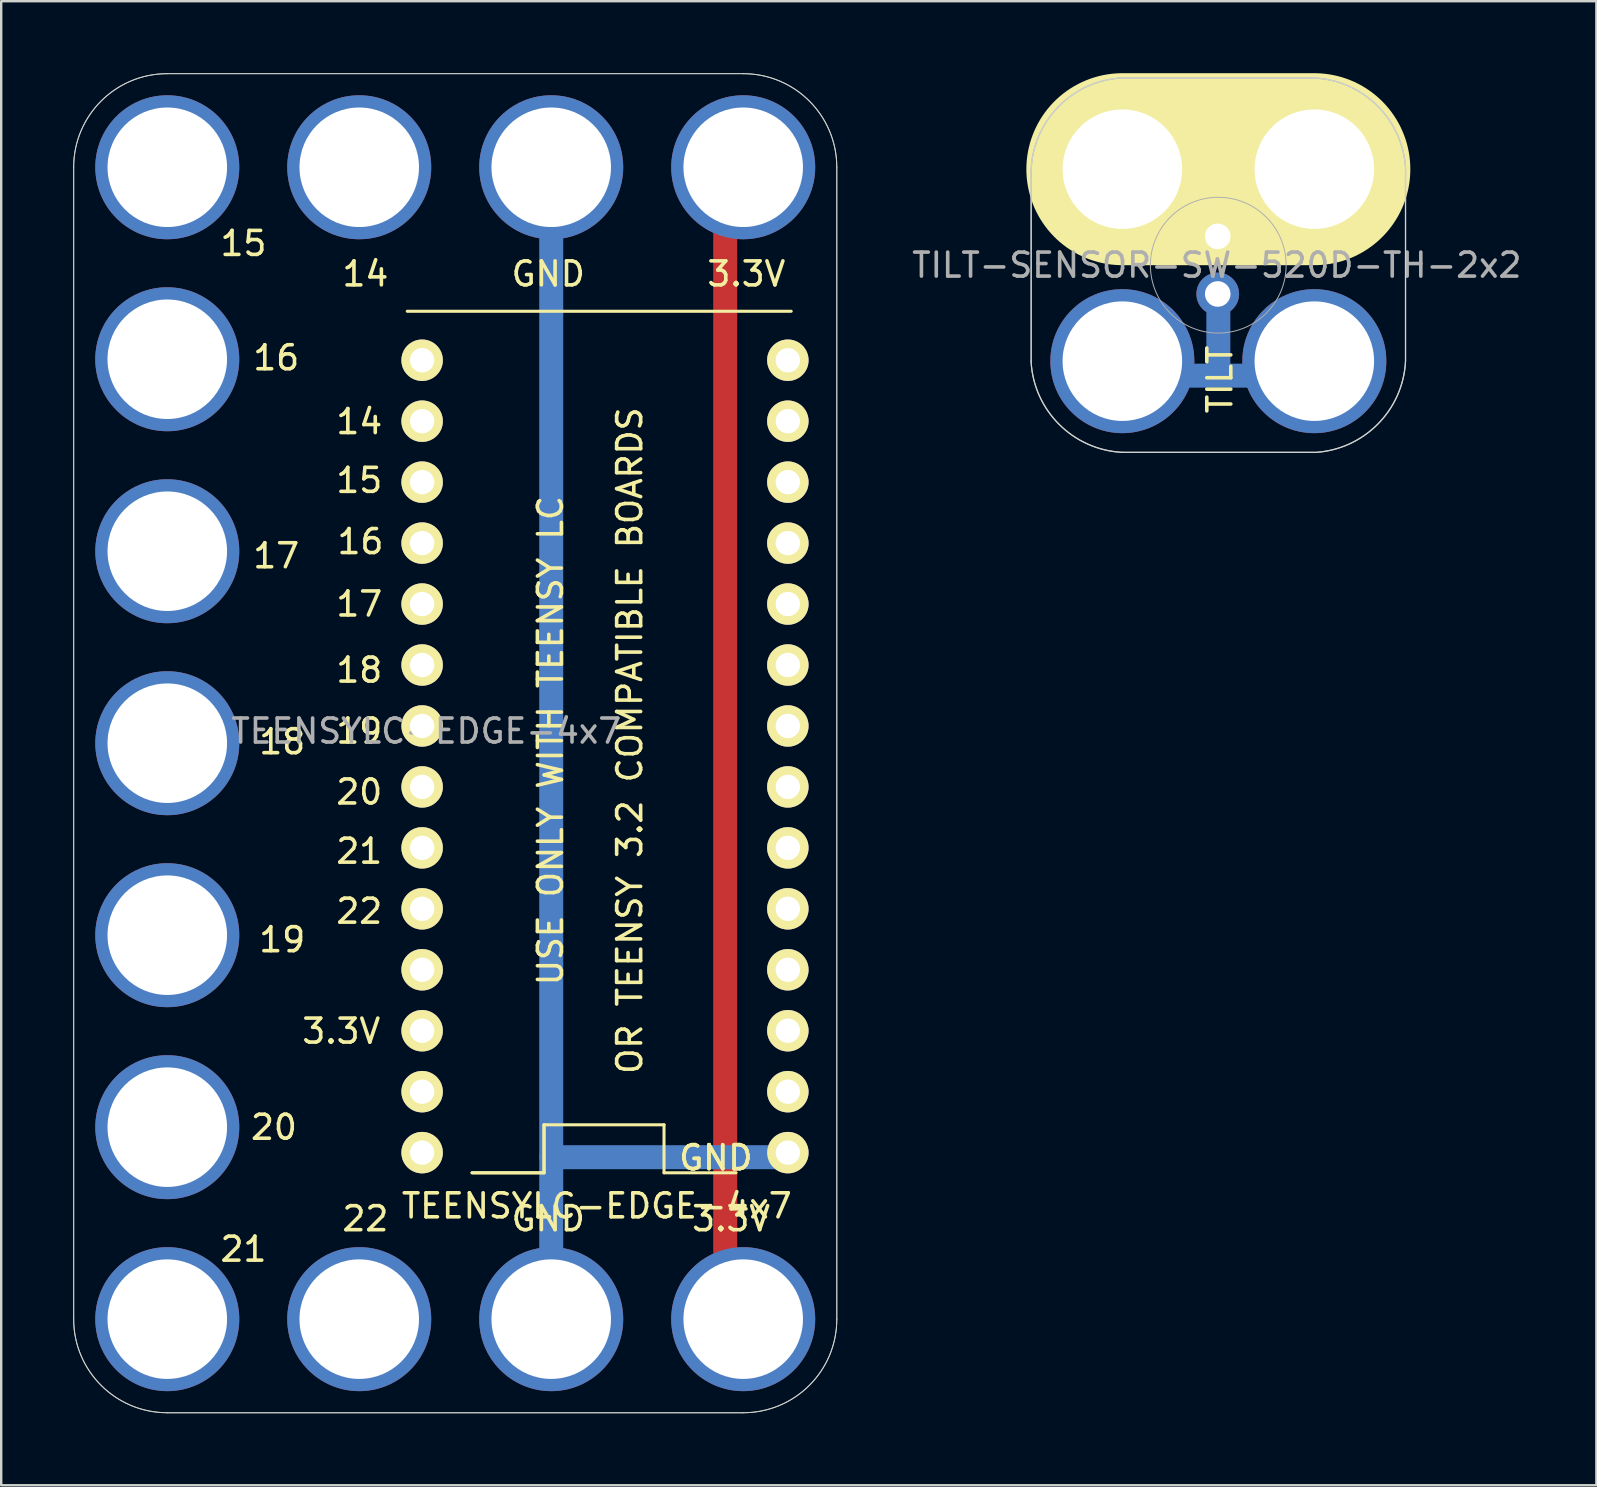
<source format=kicad_pcb>
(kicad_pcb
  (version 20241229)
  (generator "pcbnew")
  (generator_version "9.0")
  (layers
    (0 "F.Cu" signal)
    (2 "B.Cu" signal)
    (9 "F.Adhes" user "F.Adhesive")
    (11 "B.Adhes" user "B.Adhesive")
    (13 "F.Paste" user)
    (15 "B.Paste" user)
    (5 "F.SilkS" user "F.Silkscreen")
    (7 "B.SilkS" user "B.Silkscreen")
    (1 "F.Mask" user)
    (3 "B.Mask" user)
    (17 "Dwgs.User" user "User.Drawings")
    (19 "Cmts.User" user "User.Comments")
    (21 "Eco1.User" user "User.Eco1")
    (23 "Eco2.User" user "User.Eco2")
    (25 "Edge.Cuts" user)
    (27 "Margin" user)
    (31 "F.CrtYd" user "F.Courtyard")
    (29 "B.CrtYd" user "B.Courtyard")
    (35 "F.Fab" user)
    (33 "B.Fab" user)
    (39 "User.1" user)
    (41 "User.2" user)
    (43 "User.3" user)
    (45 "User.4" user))
  (footprint "TEENSYLC-EDGE-4x7"
    (layer "F.Cu")
    (at 3.92 3.92)
    (property "Reference" "TEENSYLC-EDGE-4x7" (at 17.9 43.28 0) (layer "F.SilkS") (effects (font (size 1 1) (thickness 0.15))))
    (attr through_hole)
    (fp_line (start 23.25 0.5) (end 23.25 48.25) (stroke (width 1) (type solid)) (layer "F.Cu"))
    (fp_line (start 16 0.25) (end 16 48) (stroke (width 1) (type solid)) (layer "B.Cu"))
    (fp_line (start 25.75 41.25) (end 16 41.25) (stroke (width 1) (type solid)) (layer "B.Cu"))
    (fp_line (start 10 6) (end 26 6) (stroke (width 0.127) (type solid)) (layer "F.SilkS"))
    (fp_line (start 12.7 41.901) (end 15.7 41.901) (stroke (width 0.127) (type solid)) (layer "F.SilkS"))
    (fp_line (start 12.7 41.901) (end 15.7 41.901) (stroke (width 0.127) (type solid)) (layer "F.SilkS"))
    (fp_line (start 15.7 41.901) (end 15.7 39.901) (stroke (width 0.127) (type solid)) (layer "F.SilkS"))
    (fp_line (start 15.7 41.901) (end 15.7 39.901) (stroke (width 0.127) (type solid)) (layer "F.SilkS"))
    (fp_line (start 20.7 39.901) (end 15.7 39.901) (stroke (width 0.127) (type solid)) (layer "F.SilkS"))
    (fp_line (start 20.7 41.901) (end 20.7 39.901) (stroke (width 0.127) (type solid)) (layer "F.SilkS"))
    (fp_line (start 20.7 41.901) (end 23.7 41.901) (stroke (width 0.127) (type solid)) (layer "F.SilkS"))
    (fp_line (start -3.9 0) (end -3.9 48) (stroke (width 0.041) (type solid)) (layer "Edge.Cuts"))
    (fp_line (start 0 51.9) (end 24 51.9) (stroke (width 0.041) (type solid)) (layer "Edge.Cuts"))
    (fp_line (start 24 -3.9) (end 0 -3.9) (stroke (width 0.041) (type solid)) (layer "Edge.Cuts"))
    (fp_line (start 27.9 48) (end 27.9 0) (stroke (width 0.041) (type solid)) (layer "Edge.Cuts"))
    (fp_arc (start -3.9 0) (mid -2.757716 -2.757716) (end 0 -3.9) (stroke (width 0.04064) (type solid)) (layer "Edge.Cuts"))
    (fp_arc (start 0 51.9) (mid -2.755309 50.760122) (end -3.899994 48.006807) (stroke (width 0.04064) (type solid)) (layer "Edge.Cuts"))
    (fp_arc (start 24 -3.9) (mid 26.755309 -2.760122) (end 27.899994 -0.006807) (stroke (width 0.04064) (type solid)) (layer "Edge.Cuts"))
    (fp_arc (start 27.9 48) (mid 26.757716 50.757716) (end 24 51.9) (stroke (width 0.04064) (type solid)) (layer "Edge.Cuts"))
    (fp_line (start -3.9 0) (end -3.9 48) (stroke (width 0.041) (type solid)) (layer "F.Fab"))
    (fp_line (start 0 51.9) (end 24 51.9) (stroke (width 0.041) (type solid)) (layer "F.Fab"))
    (fp_line (start 24 -3.9) (end 0 -3.9) (stroke (width 0.041) (type solid)) (layer "F.Fab"))
    (fp_line (start 27.9 48) (end 27.9 0) (stroke (width 0.041) (type solid)) (layer "F.Fab"))
    (fp_arc (start -3.9 0) (mid -2.757716 -2.757716) (end 0 -3.9) (stroke (width 0.04064) (type solid)) (layer "F.Fab"))
    (fp_arc (start 0 51.9) (mid -2.755309 50.760122) (end -3.899994 48.006807) (stroke (width 0.04064) (type solid)) (layer "F.Fab"))
    (fp_arc (start 24 -3.9) (mid 26.755309 -2.760122) (end 27.899994 -0.006807) (stroke (width 0.04064) (type solid)) (layer "F.Fab"))
    (fp_arc (start 27.9 48) (mid 26.757716 50.757716) (end 24 51.9) (stroke (width 0.04064) (type solid)) (layer "F.Fab"))
    (fp_text user "GND" (at 22.86 41.275 0) (layer "F.SilkS") (effects (font (size 1 1) (thickness 0.15))))
    (fp_text user "14" (at 8.255 4.445 0) (layer "F.SilkS") (effects (font (size 1 1) (thickness 0.15))))
    (fp_text user "19" (at 8 23.495 0) (layer "F.SilkS") (effects (font (size 1 1) (thickness 0.15))))
    (fp_text user "3.3V" (at 24.13 4.445 0) (layer "F.SilkS") (effects (font (size 1 1) (thickness 0.15))))
    (fp_text user "GND" (at 15.875 43.815 0) (layer "F.SilkS") (effects (font (size 1 1) (thickness 0.15))))
    (fp_text user "16" (at 4.54 7.94 180) (layer "F.SilkS") (effects (font (size 1 1) (thickness 0.15))))
    (fp_text user "USE ONLY WITH TEENSY LC" (at 15.969 23.892 90) (layer "F.SilkS") (effects (font (size 1 1) (thickness 0.15))))
    (fp_text user "19" (at 4.79 32.19 0) (layer "F.SilkS") (effects (font (size 1 1) (thickness 0.15))))
    (fp_text user "22" (at 8.255 43.815 0) (layer "F.SilkS") (effects (font (size 1 1) (thickness 0.15))))
    (fp_text user "GND" (at 15.875 4.445 0) (layer "F.SilkS") (effects (font (size 1 1) (thickness 0.15))))
    (fp_text user "21" (at 3.175 45.085 0) (layer "F.SilkS") (effects (font (size 1 1) (thickness 0.15))))
    (fp_text user "14" (at 8 10.6 0) (layer "F.SilkS") (effects (font (size 1 1) (thickness 0.15))))
    (fp_text user "22" (at 8 31.001 0) (layer "F.SilkS") (effects (font (size 1 1) (thickness 0.15))))
    (fp_text user "20" (at 4.445 40.005 0) (layer "F.SilkS") (effects (font (size 1 1) (thickness 0.15))))
    (fp_text user "18" (at 4.79 23.94 0) (layer "F.SilkS") (effects (font (size 1 1) (thickness 0.15))))
    (fp_text user "17" (at 4.54 16.19 180) (layer "F.SilkS") (effects (font (size 1 1) (thickness 0.15))))
    (fp_text user "3.3V" (at 23.495 43.815 0) (layer "F.SilkS") (effects (font (size 1 1) (thickness 0.15))))
    (fp_text user "16" (at 8.05 15.6 0) (layer "F.SilkS") (effects (font (size 1 1) (thickness 0.15))))
    (fp_text user "15" (at 3.175 3.175 0) (layer "F.SilkS") (effects (font (size 1 1) (thickness 0.15))))
    (fp_text user "GND" (at 22.86 41.275 0) (layer "F.SilkS") (effects (font (size 1 1) (thickness 0.15))))
    (fp_text user "OR TEENSY 3.2 COMPATIBLE BOARDS" (at 19.271 23.892 90) (layer "F.SilkS") (effects (font (size 1 1) (thickness 0.15))))
    (fp_text user "17" (at 8 18.201 0) (layer "F.SilkS") (effects (font (size 1 1) (thickness 0.15))))
    (fp_text user "20" (at 8 26.035 0) (layer "F.SilkS") (effects (font (size 1 1) (thickness 0.15))))
    (fp_text user "21" (at 8 28.5 0) (layer "F.SilkS") (effects (font (size 1 1) (thickness 0.15))))
    (fp_text user "15" (at 8 13.05 0) (layer "F.SilkS") (effects (font (size 1 1) (thickness 0.15))))
    (fp_text user "18" (at 8 20.955 0) (layer "F.SilkS") (effects (font (size 1 1) (thickness 0.15))))
    (fp_text user "3.3V" (at 7.25 36 0) (layer "F.SilkS") (effects (font (size 1 1) (thickness 0.15))))
    (fp_text user "${REFERENCE}" (at 10.795 23.495 0) (layer "F.Fab") (effects (font (size 1 1) (thickness 0.15))))
    (pad "0" thru_hole circle (at 25.86 38.521 180) (size 1.727 1.727) (drill 1.016) (layers "*.Cu" "*.Mask" "F.SilkS"))
    (pad "1" thru_hole circle (at 25.86 35.981 180) (size 1.727 1.727) (drill 1.016) (layers "*.Cu" "*.Mask" "F.SilkS"))
    (pad "2" thru_hole circle (at 25.86 33.441 180) (size 1.727 1.727) (drill 1.016) (layers "*.Cu" "*.Mask" "F.SilkS"))
    (pad "3" thru_hole circle (at 25.86 30.901 180) (size 1.727 1.727) (drill 1.016) (layers "*.Cu" "*.Mask" "F.SilkS"))
    (pad "3.3V" thru_hole circle (at 10.62 35.981 180) (size 1.727 1.727) (drill 1.016) (layers "*.Cu" "*.Mask" "F.SilkS"))
    (pad "3.3V" thru_hole circle (at 24 0 90) (size 6 6) (drill 4.98) (layers "*.Cu" "*.Mask"))
    (pad "3.3V" thru_hole circle (at 24 48 90) (size 6 6) (drill 4.98) (layers "*.Cu" "*.Mask"))
    (pad "4" thru_hole circle (at 25.86 28.361 180) (size 1.727 1.727) (drill 1.016) (layers "*.Cu" "*.Mask" "F.SilkS"))
    (pad "5" thru_hole circle (at 25.86 25.821 180) (size 1.727 1.727) (drill 1.016) (layers "*.Cu" "*.Mask" "F.SilkS"))
    (pad "6" thru_hole circle (at 25.86 23.281 180) (size 1.727 1.727) (drill 1.016) (layers "*.Cu" "*.Mask" "F.SilkS"))
    (pad "7" thru_hole circle (at 25.86 20.741 180) (size 1.727 1.727) (drill 1.016) (layers "*.Cu" "*.Mask" "F.SilkS"))
    (pad "8" thru_hole circle (at 25.86 18.201 180) (size 1.727 1.727) (drill 1.016) (layers "*.Cu" "*.Mask" "F.SilkS"))
    (pad "9" thru_hole circle (at 25.86 15.661 180) (size 1.727 1.727) (drill 1.016) (layers "*.Cu" "*.Mask" "F.SilkS"))
    (pad "10" thru_hole circle (at 25.86 13.121 180) (size 1.727 1.727) (drill 1.016) (layers "*.Cu" "*.Mask" "F.SilkS"))
    (pad "11" thru_hole circle (at 25.86 10.581 180) (size 1.727 1.727) (drill 1.016) (layers "*.Cu" "*.Mask" "F.SilkS"))
    (pad "12" thru_hole circle (at 25.86 8.041 180) (size 1.727 1.727) (drill 1.016) (layers "*.Cu" "*.Mask" "F.SilkS"))
    (pad "13" thru_hole circle (at 10.62 8.041 180) (size 1.727 1.727) (drill 1.016) (layers "*.Cu" "*.Mask" "F.SilkS"))
    (pad "14" thru_hole circle (at 8 0 90) (size 6 6) (drill 4.98) (layers "*.Cu" "*.Mask"))
    (pad "14" thru_hole circle (at 10.62 10.581 180) (size 1.727 1.727) (drill 1.016) (layers "*.Cu" "*.Mask" "F.SilkS"))
    (pad "15" thru_hole circle (at 0.001 0 90) (size 6 6) (drill 4.98) (layers "*.Cu" "*.Mask"))
    (pad "15" thru_hole circle (at 10.62 13.121 180) (size 1.727 1.727) (drill 1.016) (layers "*.Cu" "*.Mask" "F.SilkS"))
    (pad "16" thru_hole circle (at 0 8 90) (size 6 6) (drill 4.98) (layers "*.Cu" "*.Mask"))
    (pad "16" thru_hole circle (at 10.62 15.661 180) (size 1.727 1.727) (drill 1.016) (layers "*.Cu" "*.Mask" "F.SilkS"))
    (pad "17" thru_hole circle (at 0.001 16 90) (size 6 6) (drill 4.98) (layers "*.Cu" "*.Mask"))
    (pad "17" thru_hole circle (at 10.62 18.201 180) (size 1.727 1.727) (drill 1.016) (layers "*.Cu" "*.Mask" "F.SilkS"))
    (pad "18" thru_hole circle (at 0.001 24 90) (size 6 6) (drill 4.98) (layers "*.Cu" "*.Mask"))
    (pad "18" thru_hole circle (at 10.62 20.741 180) (size 1.727 1.727) (drill 1.016) (layers "*.Cu" "*.Mask" "F.SilkS"))
    (pad "19" thru_hole circle (at 0.001 32 90) (size 6 6) (drill 4.98) (layers "*.Cu" "*.Mask"))
    (pad "19" thru_hole circle (at 10.62 23.281 180) (size 1.727 1.727) (drill 1.016) (layers "*.Cu" "*.Mask" "F.SilkS"))
    (pad "20" thru_hole circle (at 0.001 40 90) (size 6 6) (drill 4.98) (layers "*.Cu" "*.Mask"))
    (pad "20" thru_hole circle (at 10.62 25.821 180) (size 1.727 1.727) (drill 1.016) (layers "*.Cu" "*.Mask" "F.SilkS"))
    (pad "21" thru_hole circle (at 0.001 48 90) (size 6 6) (drill 4.98) (layers "*.Cu" "*.Mask"))
    (pad "21" thru_hole circle (at 10.62 28.361 180) (size 1.727 1.727) (drill 1.016) (layers "*.Cu" "*.Mask" "F.SilkS"))
    (pad "22" thru_hole circle (at 8 48 90) (size 6 6) (drill 4.98) (layers "*.Cu" "*.Mask"))
    (pad "22" thru_hole circle (at 10.62 30.901 180) (size 1.727 1.727) (drill 1.016) (layers "*.Cu" "*.Mask" "F.SilkS"))
    (pad "23" thru_hole circle (at 10.62 33.441 180) (size 1.727 1.727) (drill 1.016) (layers "*.Cu" "*.Mask" "F.SilkS"))
    (pad "G3" thru_hole circle (at 10.62 38.521 180) (size 1.727 1.727) (drill 1.016) (layers "*.Cu" "*.Mask" "F.SilkS"))
    (pad "GND" thru_hole circle (at 16 0 90) (size 6 6) (drill 4.98) (layers "*.Cu" "*.Mask"))
    (pad "GND" thru_hole circle (at 16 48 90) (size 6 6) (drill 4.98) (layers "*.Cu" "*.Mask"))
    (pad "GND" thru_hole circle (at 25.86 41.061 180) (size 1.727 1.727) (drill 1.016) (layers "*.Cu" "*.Mask" "F.SilkS"))
    (pad "VIN" thru_hole circle (at 10.62 41.061 180) (size 1.727 1.727) (drill 1.016) (layers "*.Cu" "*.Mask" "F.SilkS")))
  (footprint "TILT-SENSOR-SW-520D-TH-2x2"
    (layer "F.Cu")
    (at 43.719 12)
    (property "Reference" "TILT-SENSOR-SW-520D-TH-2x2" (at 3.937 -4 0) (layer "F.Fab") (effects (font (size 1 1) (thickness 0.15))))
    (attr through_hole)
    (fp_line (start -0.2 0.6) (end 8.381 0.609) (stroke (width 1) (type solid)) (layer "B.Cu"))
    (fp_line (start 4 -5.2) (end 4 -8.3) (stroke (width 1) (type solid)) (layer "B.Cu"))
    (fp_line (start 4 -2.7) (end 4 0.4) (stroke (width 1) (type solid)) (layer "B.Cu"))
    (fp_line (start 8.2 -8.5) (end -0.381 -8.509) (stroke (width 1) (type solid)) (layer "B.Cu"))
    (fp_line (start 0 -8) (end 8 -8) (stroke (width 8) (type solid)) (layer "F.SilkS"))
    (fp_line (start 2.5 -6.23) (end 5.5 -6.23) (stroke (width 0.15) (type solid)) (layer "F.SilkS"))
    (fp_line (start -3.8 -8) (end -3.8 0) (stroke (width 0.05) (type solid)) (layer "Edge.Cuts"))
    (fp_line (start 0 -11.8) (end 8 -11.8) (stroke (width 0.05) (type solid)) (layer "Edge.Cuts"))
    (fp_line (start 0 3.8) (end 8 3.8) (stroke (width 0.05) (type solid)) (layer "Edge.Cuts"))
    (fp_line (start 11.8 -8) (end 11.8 0) (stroke (width 0.05) (type solid)) (layer "Edge.Cuts"))
    (fp_arc (start -3.8 -8) (mid -2.636928 -10.631138) (end -0.009972 -11.803625) (stroke (width 0.05) (type solid)) (layer "Edge.Cuts"))
    (fp_arc (start 0 3.8) (mid -2.631138 2.636928) (end -3.803625 0.009972) (stroke (width 0.05) (type solid)) (layer "Edge.Cuts"))
    (fp_arc (start 8 -11.8) (mid 10.631138 -10.636928) (end 11.803625 -8.009972) (stroke (width 0.05) (type solid)) (layer "Edge.Cuts"))
    (fp_arc (start 11.8 0) (mid 10.636928 2.631138) (end 8.009972 3.803625) (stroke (width 0.05) (type solid)) (layer "Edge.Cuts"))
    (fp_line (start -3.8 -8) (end -3.8 0) (stroke (width 0.05) (type solid)) (layer "F.Fab"))
    (fp_line (start 0 -11.8) (end 8 -11.8) (stroke (width 0.05) (type solid)) (layer "F.Fab"))
    (fp_line (start 0 3.8) (end 8 3.8) (stroke (width 0.05) (type solid)) (layer "F.Fab"))
    (fp_line (start 11.8 -8) (end 11.8 0) (stroke (width 0.05) (type solid)) (layer "F.Fab"))
    (fp_arc (start -3.8 -8) (mid -2.636928 -10.631138) (end -0.009972 -11.803625) (stroke (width 0.05) (type solid)) (layer "F.Fab"))
    (fp_arc (start 0 3.8) (mid -2.631138 2.636928) (end -3.803625 0.009972) (stroke (width 0.05) (type solid)) (layer "F.Fab"))
    (fp_arc (start 8 -11.8) (mid 10.631138 -10.636928) (end 11.803625 -8.009972) (stroke (width 0.05) (type solid)) (layer "F.Fab"))
    (fp_arc (start 11.8 0) (mid 10.636928 2.631138) (end 8.009972 3.803625) (stroke (width 0.05) (type solid)) (layer "F.Fab"))
    (fp_circle (center 3.997 -4) (end 5.997 -2) (stroke (width 0.041) (type solid)) (fill no) (layer "F.Fab"))
    (fp_text user "TILT" (at 4.064 0.762 90) (layer "F.SilkS") (effects (font (size 1 1) (thickness 0.15))))
    (pad "+" thru_hole circle (at 3.975 -5.2 270) (size 1.778 1.778) (drill 1.067) (layers "*.Cu" "*.Mask"))
    (pad "-" thru_hole circle (at 3.975 -2.8) (size 1.778 1.778) (drill 1.067) (layers "*.Cu" "*.Mask"))
    (pad "1" thru_hole circle (at 0 0) (size 6 6) (drill 4.98) (layers "*.Cu" "*.Mask"))
    (pad "1" thru_hole circle (at 8 0) (size 6 6) (drill 4.98) (layers "*.Cu" "*.Mask"))
    (pad "2" thru_hole circle (at 0 -8) (size 6 6) (drill 4.98) (layers "*.Cu" "*.Mask"))
    (pad "2" thru_hole circle (at 8 -8) (size 6 6) (drill 4.98) (layers "*.Cu" "*.Mask")))
  (gr_rect
    (start -3 -3)
    (end 63.472 58.841)
    (stroke (width 0.1) (type default))
    (fill no)
    (layer "Edge.Cuts")))
</source>
